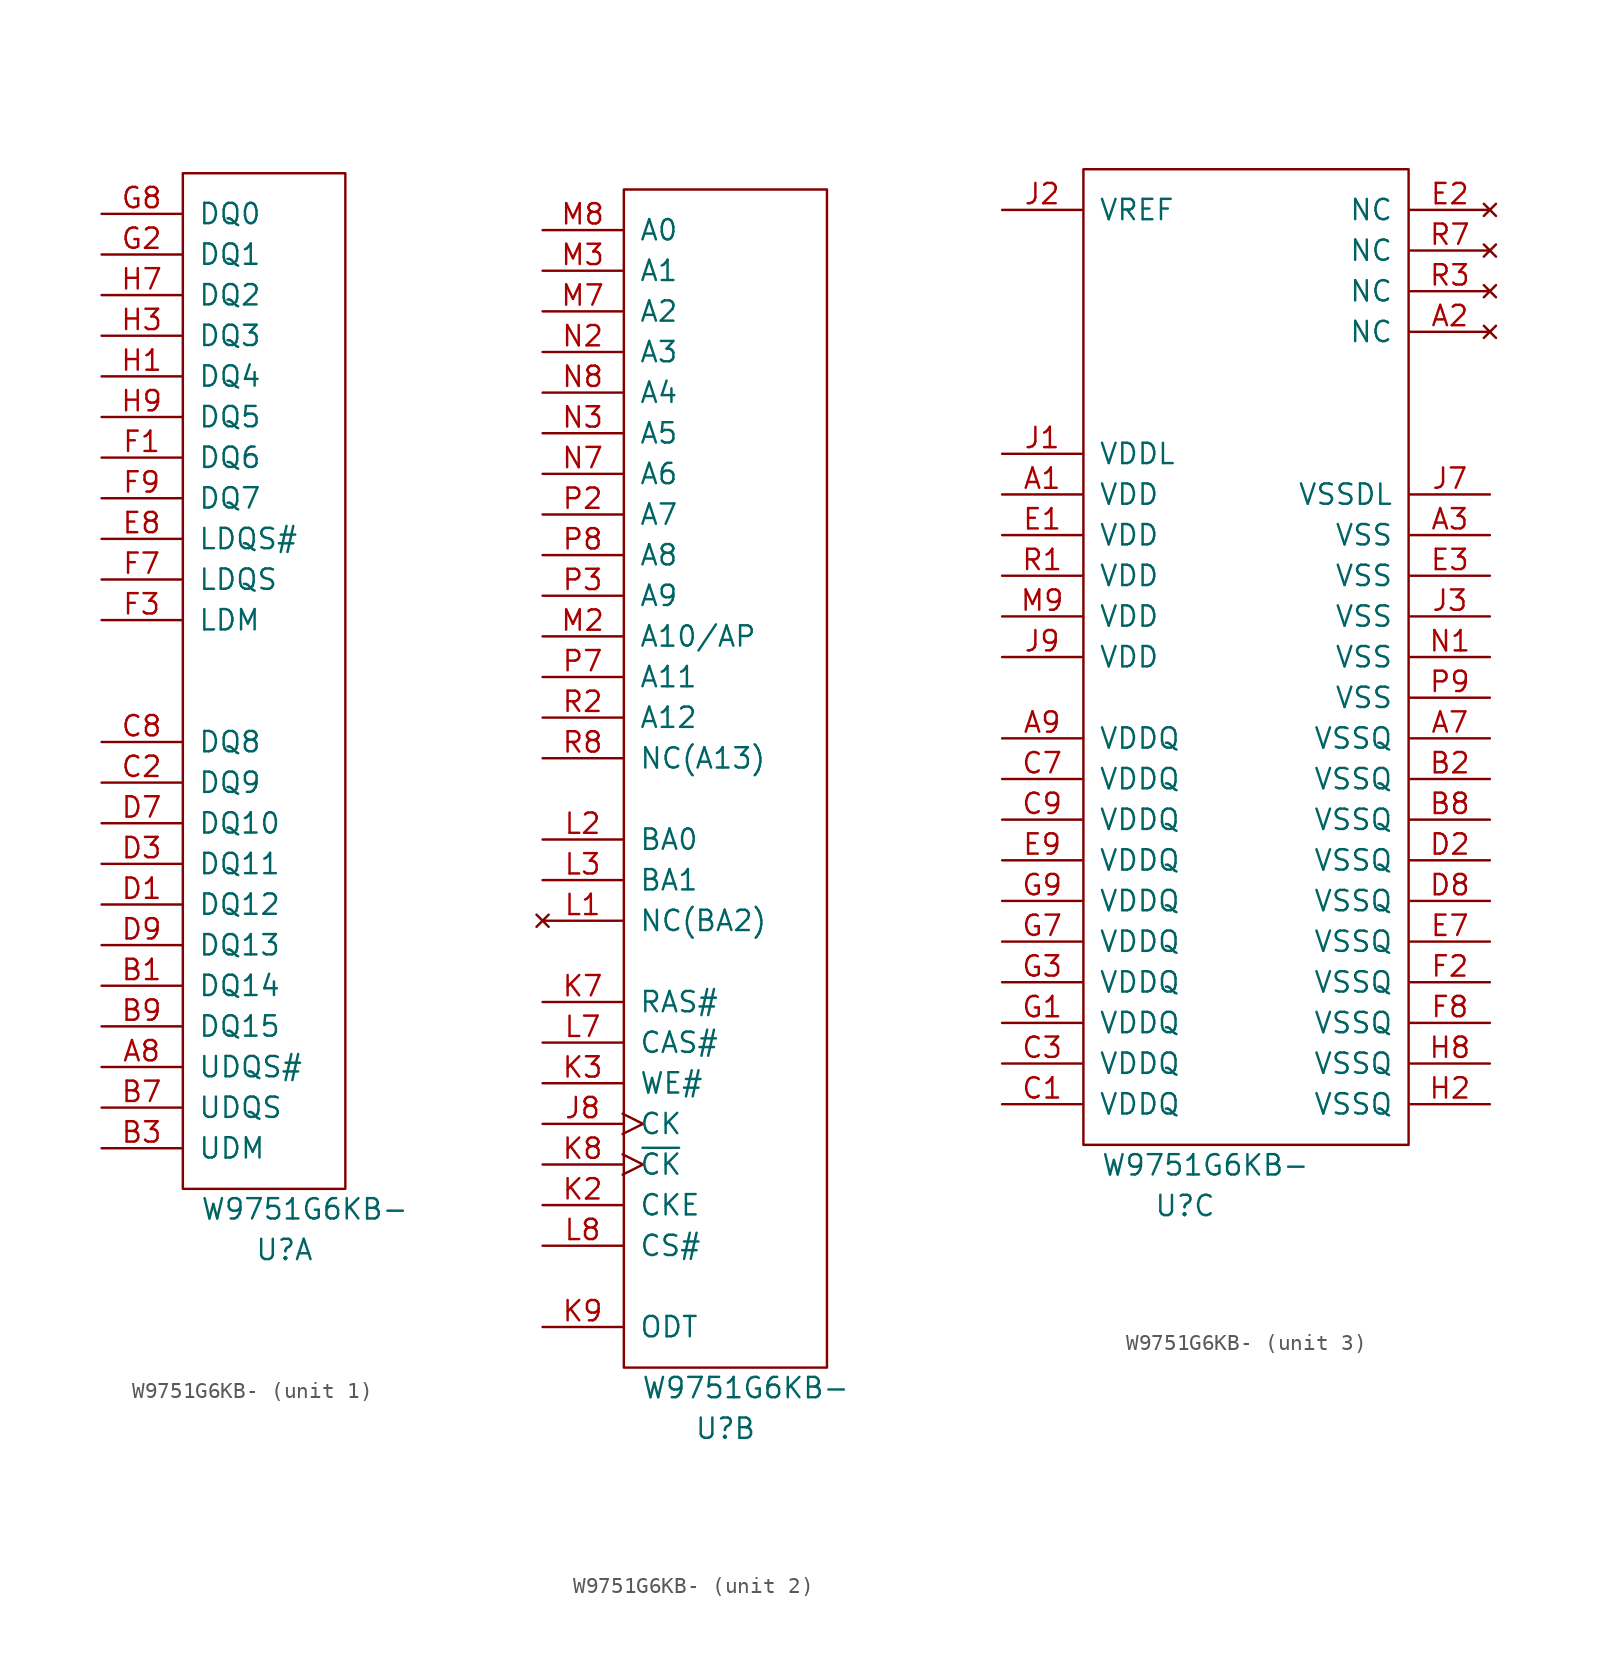
<source format=kicad_sym>
(kicad_symbol_lib
  (version 20231120)
  (generator "kicad_symbol_editor")
  (generator_version "8.0")
  (symbol "W9751G6KB-"
    (pin_names
      (offset 1.016))
    (property "Reference" "U"
      (at 6.35 -3.81 0)
      (effects (font (size 1.27 1.27))))
    (property "Value" "W9751G6KB-"
      (at 7.62 -1.27 0)
      (effects (font (size 1.27 1.27))))
    (property "ki_locked" ""
      (at 0 0 0)
      (effects (font (size 1.27 1.27))))
    (symbol "W9751G6KB-_1_0"
      (rectangle (start 0 0) (end 10.16 63.5) (stroke (width 0) (type solid)) (fill (type none))))
    (symbol "W9751G6KB-_1_1"
      (pin bidirectional line (at -5.08 7.62 0) (length 5.004) (name "UDQS#" (effects (font (size 1.27 1.27)))) (number "A8" (effects (font (size 1.27 1.27)))))
      (pin bidirectional line (at -5.08 12.7 0) (length 5.004) (name "DQ14" (effects (font (size 1.27 1.27)))) (number "B1" (effects (font (size 1.27 1.27)))))
      (pin input line (at -5.08 2.54 0) (length 5.004) (name "UDM" (effects (font (size 1.27 1.27)))) (number "B3" (effects (font (size 1.27 1.27)))))
      (pin bidirectional line (at -5.08 5.08 0) (length 5.004) (name "UDQS" (effects (font (size 1.27 1.27)))) (number "B7" (effects (font (size 1.27 1.27)))))
      (pin bidirectional line (at -5.08 10.16 0) (length 5.004) (name "DQ15" (effects (font (size 1.27 1.27)))) (number "B9" (effects (font (size 1.27 1.27)))))
      (pin bidirectional line (at -5.08 25.4 0) (length 5.004) (name "DQ9" (effects (font (size 1.27 1.27)))) (number "C2" (effects (font (size 1.27 1.27)))))
      (pin bidirectional line (at -5.08 27.94 0) (length 5.004) (name "DQ8" (effects (font (size 1.27 1.27)))) (number "C8" (effects (font (size 1.27 1.27)))))
      (pin bidirectional line (at -5.08 17.78 0) (length 5.004) (name "DQ12" (effects (font (size 1.27 1.27)))) (number "D1" (effects (font (size 1.27 1.27)))))
      (pin bidirectional line (at -5.08 20.32 0) (length 5.004) (name "DQ11" (effects (font (size 1.27 1.27)))) (number "D3" (effects (font (size 1.27 1.27)))))
      (pin bidirectional line (at -5.08 22.86 0) (length 5.004) (name "DQ10" (effects (font (size 1.27 1.27)))) (number "D7" (effects (font (size 1.27 1.27)))))
      (pin bidirectional line (at -5.08 15.24 0) (length 5.004) (name "DQ13" (effects (font (size 1.27 1.27)))) (number "D9" (effects (font (size 1.27 1.27)))))
      (pin bidirectional line (at -5.08 40.64 0) (length 5.004) (name "LDQS#" (effects (font (size 1.27 1.27)))) (number "E8" (effects (font (size 1.27 1.27)))))
      (pin bidirectional line (at -5.08 45.72 0) (length 5.004) (name "DQ6" (effects (font (size 1.27 1.27)))) (number "F1" (effects (font (size 1.27 1.27)))))
      (pin bidirectional line (at -5.08 35.56 0) (length 5.004) (name "LDM" (effects (font (size 1.27 1.27)))) (number "F3" (effects (font (size 1.27 1.27)))))
      (pin bidirectional line (at -5.08 38.1 0) (length 5.004) (name "LDQS" (effects (font (size 1.27 1.27)))) (number "F7" (effects (font (size 1.27 1.27)))))
      (pin bidirectional line (at -5.08 43.18 0) (length 5.004) (name "DQ7" (effects (font (size 1.27 1.27)))) (number "F9" (effects (font (size 1.27 1.27)))))
      (pin bidirectional line (at -5.08 58.42 0) (length 5.004) (name "DQ1" (effects (font (size 1.27 1.27)))) (number "G2" (effects (font (size 1.27 1.27)))))
      (pin bidirectional line (at -5.08 60.96 0) (length 5.004) (name "DQ0" (effects (font (size 1.27 1.27)))) (number "G8" (effects (font (size 1.27 1.27)))))
      (pin bidirectional line (at -5.08 50.8 0) (length 5.004) (name "DQ4" (effects (font (size 1.27 1.27)))) (number "H1" (effects (font (size 1.27 1.27)))))
      (pin bidirectional line (at -5.08 53.34 0) (length 5.004) (name "DQ3" (effects (font (size 1.27 1.27)))) (number "H3" (effects (font (size 1.27 1.27)))))
      (pin bidirectional line (at -5.08 55.88 0) (length 5.004) (name "DQ2" (effects (font (size 1.27 1.27)))) (number "H7" (effects (font (size 1.27 1.27)))))
      (pin bidirectional line (at -5.08 48.26 0) (length 5.004) (name "DQ5" (effects (font (size 1.27 1.27)))) (number "H9" (effects (font (size 1.27 1.27))))))
    (symbol "W9751G6KB-_2_0"
      (rectangle (start 0 0) (end 12.7 73.66) (stroke (width 0) (type solid)) (fill (type none))))
    (symbol "W9751G6KB-_2_1"
      (pin input clock (at -5.08 15.24 0) (length 5.004) (name "CK" (effects (font (size 1.27 1.27)))) (number "J8" (effects (font (size 1.27 1.27)))))
      (pin input line (at -5.08 10.16 0) (length 5.004) (name "CKE" (effects (font (size 1.27 1.27)))) (number "K2" (effects (font (size 1.27 1.27)))))
      (pin input line (at -5.08 17.78 0) (length 5.004) (name "WE#" (effects (font (size 1.27 1.27)))) (number "K3" (effects (font (size 1.27 1.27)))))
      (pin input line (at -5.08 22.86 0) (length 5.004) (name "RAS#" (effects (font (size 1.27 1.27)))) (number "K7" (effects (font (size 1.27 1.27)))))
      (pin input clock (at -5.08 12.7 0) (length 5.004) (name "~{CK}" (effects (font (size 1.27 1.27)))) (number "K8" (effects (font (size 1.27 1.27)))))
      (pin input line (at -5.08 2.54 0) (length 5.004) (name "ODT" (effects (font (size 1.27 1.27)))) (number "K9" (effects (font (size 1.27 1.27)))))
      (pin no_connect line (at -5.08 27.94 0) (length 5.004) (name "NC(BA2)" (effects (font (size 1.27 1.27)))) (number "L1" (effects (font (size 1.27 1.27)))))
      (pin input line (at -5.08 33.02 0) (length 5.004) (name "BA0" (effects (font (size 1.27 1.27)))) (number "L2" (effects (font (size 1.27 1.27)))))
      (pin input line (at -5.08 30.48 0) (length 5.004) (name "BA1" (effects (font (size 1.27 1.27)))) (number "L3" (effects (font (size 1.27 1.27)))))
      (pin input line (at -5.08 20.32 0) (length 5.004) (name "CAS#" (effects (font (size 1.27 1.27)))) (number "L7" (effects (font (size 1.27 1.27)))))
      (pin input line (at -5.08 7.62 0) (length 5.004) (name "CS#" (effects (font (size 1.27 1.27)))) (number "L8" (effects (font (size 1.27 1.27)))))
      (pin input line (at -5.08 45.72 0) (length 5.004) (name "A10/AP" (effects (font (size 1.27 1.27)))) (number "M2" (effects (font (size 1.27 1.27)))))
      (pin input line (at -5.08 68.58 0) (length 5.004) (name "A1" (effects (font (size 1.27 1.27)))) (number "M3" (effects (font (size 1.27 1.27)))))
      (pin input line (at -5.08 66.04 0) (length 5.004) (name "A2" (effects (font (size 1.27 1.27)))) (number "M7" (effects (font (size 1.27 1.27)))))
      (pin input line (at -5.08 71.12 0) (length 5.004) (name "A0" (effects (font (size 1.27 1.27)))) (number "M8" (effects (font (size 1.27 1.27)))))
      (pin input line (at -5.08 63.5 0) (length 5.004) (name "A3" (effects (font (size 1.27 1.27)))) (number "N2" (effects (font (size 1.27 1.27)))))
      (pin input line (at -5.08 58.42 0) (length 5.004) (name "A5" (effects (font (size 1.27 1.27)))) (number "N3" (effects (font (size 1.27 1.27)))))
      (pin input line (at -5.08 55.88 0) (length 5.004) (name "A6" (effects (font (size 1.27 1.27)))) (number "N7" (effects (font (size 1.27 1.27)))))
      (pin input line (at -5.08 60.96 0) (length 5.004) (name "A4" (effects (font (size 1.27 1.27)))) (number "N8" (effects (font (size 1.27 1.27)))))
      (pin input line (at -5.08 53.34 0) (length 5.004) (name "A7" (effects (font (size 1.27 1.27)))) (number "P2" (effects (font (size 1.27 1.27)))))
      (pin input line (at -5.08 48.26 0) (length 5.004) (name "A9" (effects (font (size 1.27 1.27)))) (number "P3" (effects (font (size 1.27 1.27)))))
      (pin input line (at -5.08 43.18 0) (length 5.004) (name "A11" (effects (font (size 1.27 1.27)))) (number "P7" (effects (font (size 1.27 1.27)))))
      (pin input line (at -5.08 50.8 0) (length 5.004) (name "A8" (effects (font (size 1.27 1.27)))) (number "P8" (effects (font (size 1.27 1.27)))))
      (pin input line (at -5.08 40.64 0) (length 5.004) (name "A12" (effects (font (size 1.27 1.27)))) (number "R2" (effects (font (size 1.27 1.27)))))
      (pin input line (at -5.08 38.1 0) (length 5.004) (name "NC(A13)" (effects (font (size 1.27 1.27)))) (number "R8" (effects (font (size 1.27 1.27))))))
    (symbol "W9751G6KB-_3_0"
      (rectangle (start 0 0) (end 20.32 60.96) (stroke (width 0) (type solid)) (fill (type none))))
    (symbol "W9751G6KB-_3_1"
      (pin power_in line (at -5.08 40.64 0) (length 5.004) (name "VDD" (effects (font (size 1.27 1.27)))) (number "A1" (effects (font (size 1.27 1.27)))))
      (pin no_connect line (at 25.4 50.8 180) (length 5.004) (name "NC" (effects (font (size 1.27 1.27)))) (number "A2" (effects (font (size 1.27 1.27)))))
      (pin power_in line (at 25.4 38.1 180) (length 5.004) (name "VSS" (effects (font (size 1.27 1.27)))) (number "A3" (effects (font (size 1.27 1.27)))))
      (pin power_in line (at 25.4 25.4 180) (length 5.004) (name "VSSQ" (effects (font (size 1.27 1.27)))) (number "A7" (effects (font (size 1.27 1.27)))))
      (pin power_in line (at -5.08 25.4 0) (length 5.004) (name "VDDQ" (effects (font (size 1.27 1.27)))) (number "A9" (effects (font (size 1.27 1.27)))))
      (pin power_in line (at 25.4 22.86 180) (length 5.004) (name "VSSQ" (effects (font (size 1.27 1.27)))) (number "B2" (effects (font (size 1.27 1.27)))))
      (pin power_in line (at 25.4 20.32 180) (length 5.004) (name "VSSQ" (effects (font (size 1.27 1.27)))) (number "B8" (effects (font (size 1.27 1.27)))))
      (pin power_in line (at -5.08 2.54 0) (length 5.004) (name "VDDQ" (effects (font (size 1.27 1.27)))) (number "C1" (effects (font (size 1.27 1.27)))))
      (pin power_in line (at -5.08 5.08 0) (length 5.004) (name "VDDQ" (effects (font (size 1.27 1.27)))) (number "C3" (effects (font (size 1.27 1.27)))))
      (pin power_in line (at -5.08 22.86 0) (length 5.004) (name "VDDQ" (effects (font (size 1.27 1.27)))) (number "C7" (effects (font (size 1.27 1.27)))))
      (pin power_in line (at -5.08 20.32 0) (length 5.004) (name "VDDQ" (effects (font (size 1.27 1.27)))) (number "C9" (effects (font (size 1.27 1.27)))))
      (pin power_in line (at 25.4 17.78 180) (length 5.004) (name "VSSQ" (effects (font (size 1.27 1.27)))) (number "D2" (effects (font (size 1.27 1.27)))))
      (pin power_in line (at 25.4 15.24 180) (length 5.004) (name "VSSQ" (effects (font (size 1.27 1.27)))) (number "D8" (effects (font (size 1.27 1.27)))))
      (pin power_in line (at -5.08 38.1 0) (length 5.004) (name "VDD" (effects (font (size 1.27 1.27)))) (number "E1" (effects (font (size 1.27 1.27)))))
      (pin no_connect line (at 25.4 58.42 180) (length 5.004) (name "NC" (effects (font (size 1.27 1.27)))) (number "E2" (effects (font (size 1.27 1.27)))))
      (pin power_in line (at 25.4 35.56 180) (length 5.004) (name "VSS" (effects (font (size 1.27 1.27)))) (number "E3" (effects (font (size 1.27 1.27)))))
      (pin power_in line (at 25.4 12.7 180) (length 5.004) (name "VSSQ" (effects (font (size 1.27 1.27)))) (number "E7" (effects (font (size 1.27 1.27)))))
      (pin power_in line (at -5.08 17.78 0) (length 5.004) (name "VDDQ" (effects (font (size 1.27 1.27)))) (number "E9" (effects (font (size 1.27 1.27)))))
      (pin power_in line (at 25.4 10.16 180) (length 5.004) (name "VSSQ" (effects (font (size 1.27 1.27)))) (number "F2" (effects (font (size 1.27 1.27)))))
      (pin power_in line (at 25.4 7.62 180) (length 5.004) (name "VSSQ" (effects (font (size 1.27 1.27)))) (number "F8" (effects (font (size 1.27 1.27)))))
      (pin power_in line (at -5.08 7.62 0) (length 5.004) (name "VDDQ" (effects (font (size 1.27 1.27)))) (number "G1" (effects (font (size 1.27 1.27)))))
      (pin power_in line (at -5.08 10.16 0) (length 5.004) (name "VDDQ" (effects (font (size 1.27 1.27)))) (number "G3" (effects (font (size 1.27 1.27)))))
      (pin power_in line (at -5.08 12.7 0) (length 5.004) (name "VDDQ" (effects (font (size 1.27 1.27)))) (number "G7" (effects (font (size 1.27 1.27)))))
      (pin power_in line (at -5.08 15.24 0) (length 5.004) (name "VDDQ" (effects (font (size 1.27 1.27)))) (number "G9" (effects (font (size 1.27 1.27)))))
      (pin power_in line (at 25.4 2.54 180) (length 5.004) (name "VSSQ" (effects (font (size 1.27 1.27)))) (number "H2" (effects (font (size 1.27 1.27)))))
      (pin power_in line (at 25.4 5.08 180) (length 5.004) (name "VSSQ" (effects (font (size 1.27 1.27)))) (number "H8" (effects (font (size 1.27 1.27)))))
      (pin power_in line (at -5.08 43.18 0) (length 5.004) (name "VDDL" (effects (font (size 1.27 1.27)))) (number "J1" (effects (font (size 1.27 1.27)))))
      (pin input line (at -5.08 58.42 0) (length 5.004) (name "VREF" (effects (font (size 1.27 1.27)))) (number "J2" (effects (font (size 1.27 1.27)))))
      (pin power_in line (at 25.4 33.02 180) (length 5.004) (name "VSS" (effects (font (size 1.27 1.27)))) (number "J3" (effects (font (size 1.27 1.27)))))
      (pin power_in line (at 25.4 40.64 180) (length 5.004) (name "VSSDL" (effects (font (size 1.27 1.27)))) (number "J7" (effects (font (size 1.27 1.27)))))
      (pin power_in line (at -5.08 30.48 0) (length 5.004) (name "VDD" (effects (font (size 1.27 1.27)))) (number "J9" (effects (font (size 1.27 1.27)))))
      (pin power_in line (at -5.08 33.02 0) (length 5.004) (name "VDD" (effects (font (size 1.27 1.27)))) (number "M9" (effects (font (size 1.27 1.27)))))
      (pin power_in line (at 25.4 30.48 180) (length 5.004) (name "VSS" (effects (font (size 1.27 1.27)))) (number "N1" (effects (font (size 1.27 1.27)))))
      (pin power_in line (at 25.4 27.94 180) (length 5.004) (name "VSS" (effects (font (size 1.27 1.27)))) (number "P9" (effects (font (size 1.27 1.27)))))
      (pin power_in line (at -5.08 35.56 0) (length 5.004) (name "VDD" (effects (font (size 1.27 1.27)))) (number "R1" (effects (font (size 1.27 1.27)))))
      (pin no_connect line (at 25.4 53.34 180) (length 5.004) (name "NC" (effects (font (size 1.27 1.27)))) (number "R3" (effects (font (size 1.27 1.27)))))
      (pin no_connect line (at 25.4 55.88 180) (length 5.004) (name "NC" (effects (font (size 1.27 1.27)))) (number "R7" (effects (font (size 1.27 1.27))))))))
</source>
